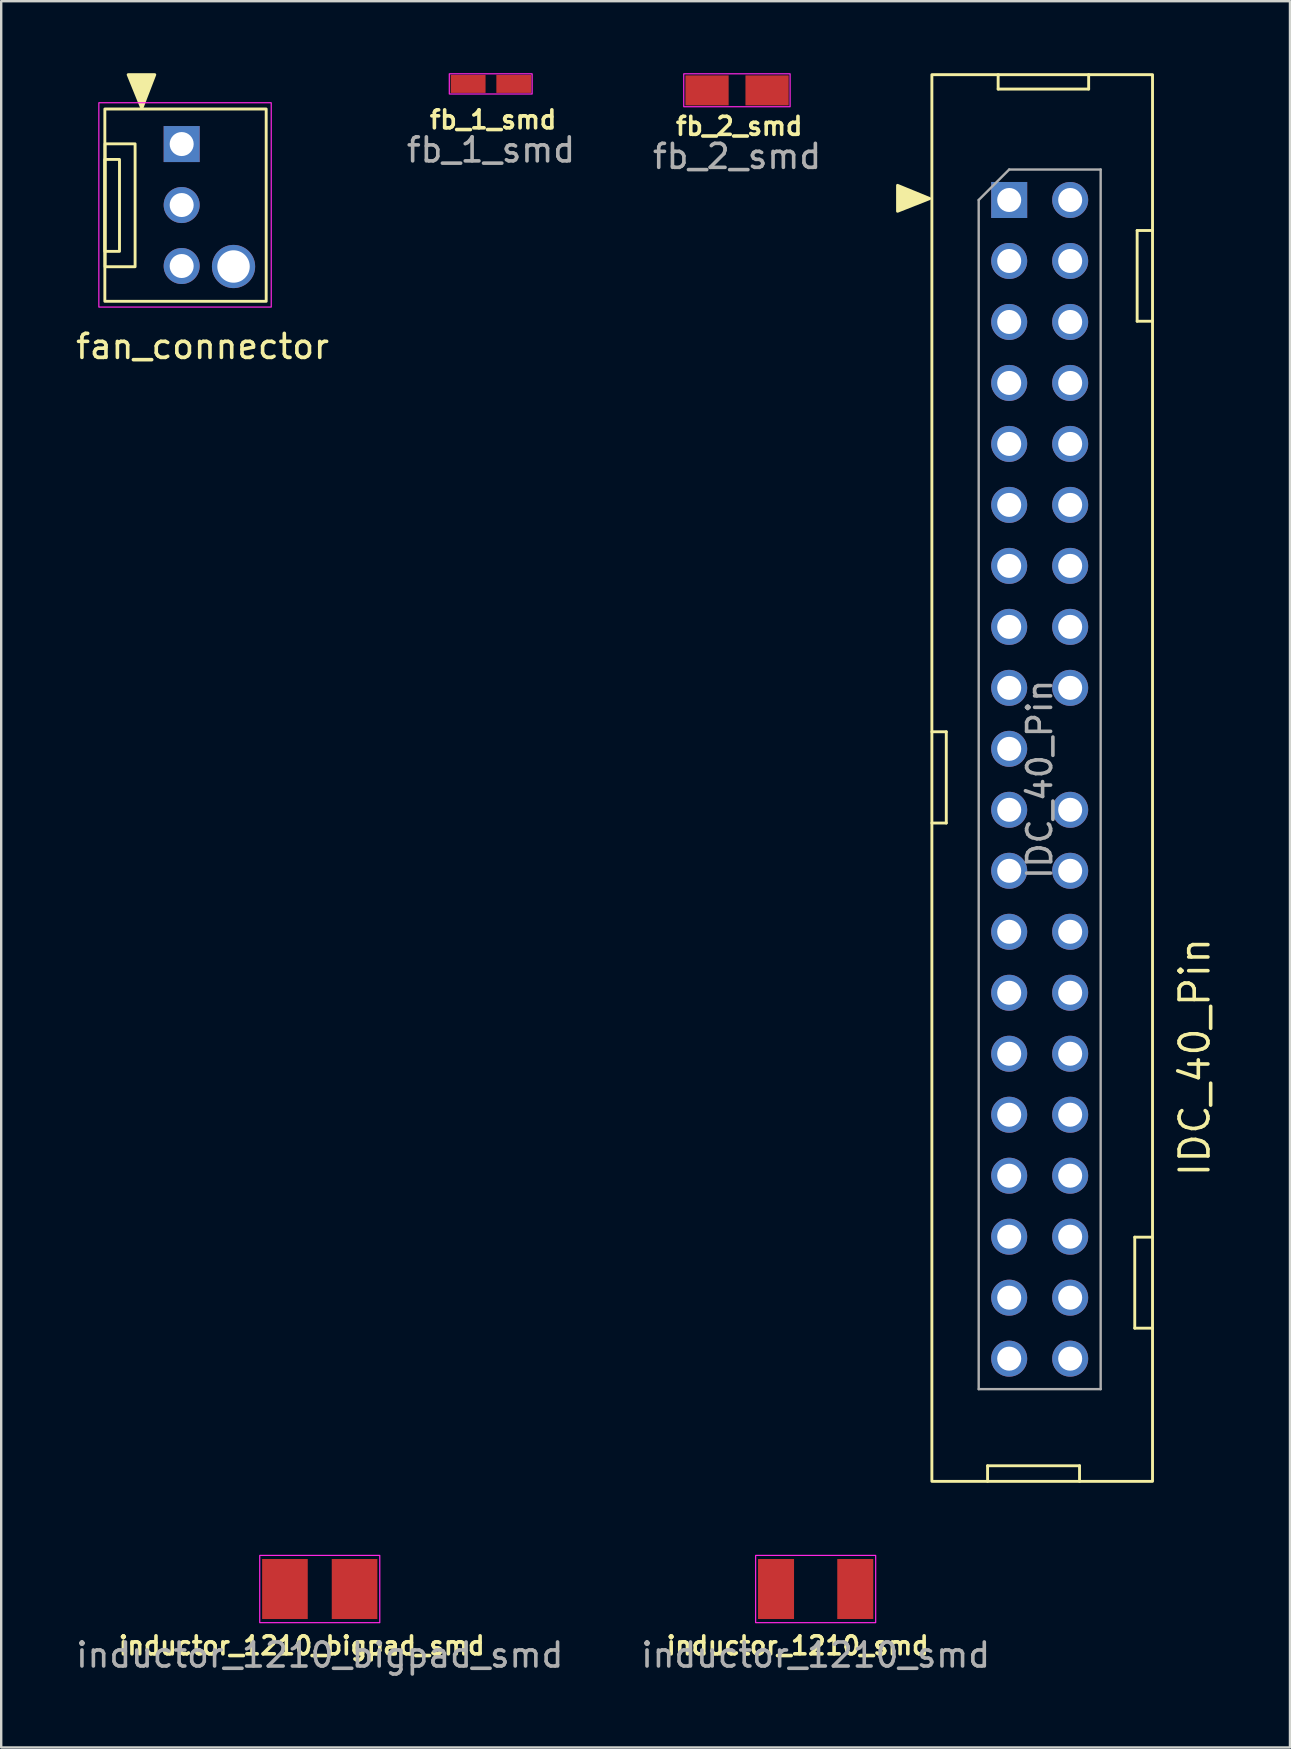
<source format=kicad_pcb>
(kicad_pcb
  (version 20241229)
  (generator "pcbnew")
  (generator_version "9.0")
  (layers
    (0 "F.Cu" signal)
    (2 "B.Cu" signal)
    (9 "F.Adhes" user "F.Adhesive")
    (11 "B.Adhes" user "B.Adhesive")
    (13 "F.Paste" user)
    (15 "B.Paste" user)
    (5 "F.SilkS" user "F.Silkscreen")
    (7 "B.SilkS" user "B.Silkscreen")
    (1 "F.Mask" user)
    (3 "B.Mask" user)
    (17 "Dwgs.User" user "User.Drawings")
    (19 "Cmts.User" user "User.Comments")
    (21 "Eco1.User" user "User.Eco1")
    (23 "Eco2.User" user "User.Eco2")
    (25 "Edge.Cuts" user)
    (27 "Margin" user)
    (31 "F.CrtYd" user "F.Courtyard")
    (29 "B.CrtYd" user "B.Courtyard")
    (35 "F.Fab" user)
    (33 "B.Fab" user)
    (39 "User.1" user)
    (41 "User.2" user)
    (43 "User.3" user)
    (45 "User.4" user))
  (footprint "fan_connector"
    (layer "F.Cu")
    (at 4.517 2.95)
    (property "Reference" "fan_connector" (at 0.87 8.43 0) (layer "F.SilkS") (effects (font (size 1 1) (thickness 0.15))))
    (attr through_hole)
    (fp_rect (start -3.2 -1.46) (end 3.52 6.55) (stroke (width 0.12) (type default)) (fill no) (layer "F.SilkS"))
    (fp_rect (start -3.2 0.64) (end -2.59 4.47) (stroke (width 0.12) (type default)) (fill no) (layer "F.SilkS"))
    (fp_rect (start -3.19 -0.01) (end -1.94 5.11) (stroke (width 0.12) (type default)) (fill no) (layer "F.SilkS"))
    (fp_poly (pts (xy -1.66 -1.49) (xy -2.23 -2.89) (xy -1.12 -2.89)) (stroke (width 0.12) (type solid)) (fill yes) (layer "F.SilkS"))
    (fp_rect (start -3.45 -1.72) (end 3.73 6.79) (stroke (width 0.05) (type default)) (fill no) (layer "F.CrtYd"))
    (pad "" np_thru_hole oval (at 2.16 5.1) (size 1.8 1.8) (drill 1.35) (layers "*.Cu" "*.Mask"))
    (pad "1" thru_hole rect (at 0 0) (size 1.5 1.5) (drill 1) (layers "*.Cu" "*.Mask"))
    (pad "2" thru_hole oval (at 0 2.54) (size 1.5 1.5) (drill 1) (layers "*.Cu" "*.Mask"))
    (pad "3" thru_hole oval (at 0 5.08) (size 1.5 1.5) (drill 1) (layers "*.Cu" "*.Mask")))
  (footprint "IDC_40_Pin"
    (layer "F.Cu")
    (at 38.984 5.28)
    (property "Reference" "IDC_40_Pin" (at 7.73 35.7 270) (layer "F.SilkS") (effects (font (size 1.2 1.2) (thickness 0.15))))
    (attr through_hole)
    (fp_line (start -3.22 22.15) (end -2.62 22.15) (stroke (width 0.12) (type default)) (layer "F.SilkS"))
    (fp_line (start -2.62 22.15) (end -2.62 25.95) (stroke (width 0.12) (type default)) (layer "F.SilkS"))
    (fp_line (start -2.62 25.95) (end -3.22 25.95) (stroke (width 0.12) (type default)) (layer "F.SilkS"))
    (fp_line (start -0.9 52.72) (end 2.93 52.72) (stroke (width 0.12) (type default)) (layer "F.SilkS"))
    (fp_line (start -0.9 53.37) (end -0.9 52.72) (stroke (width 0.12) (type default)) (layer "F.SilkS"))
    (fp_line (start -0.46 -5.22) (end -0.46 -4.62) (stroke (width 0.12) (type default)) (layer "F.SilkS"))
    (fp_line (start -0.46 -4.62) (end 3.31 -4.62) (stroke (width 0.12) (type default)) (layer "F.SilkS"))
    (fp_line (start 2.93 52.72) (end 2.93 53.37) (stroke (width 0.12) (type default)) (layer "F.SilkS"))
    (fp_line (start 3.31 -4.62) (end 3.31 -5.22) (stroke (width 0.12) (type default)) (layer "F.SilkS"))
    (fp_line (start 5.23 43.2) (end 5.23 46.99) (stroke (width 0.12) (type default)) (layer "F.SilkS"))
    (fp_line (start 5.23 46.99) (end 5.97 46.99) (stroke (width 0.12) (type default)) (layer "F.SilkS"))
    (fp_line (start 5.33 1.27) (end 5.33 5.05) (stroke (width 0.12) (type default)) (layer "F.SilkS"))
    (fp_line (start 5.33 5.05) (end 5.96 5.05) (stroke (width 0.12) (type default)) (layer "F.SilkS"))
    (fp_line (start 5.97 1.27) (end 5.33 1.27) (stroke (width 0.12) (type default)) (layer "F.SilkS"))
    (fp_line (start 5.97 43.2) (end 5.23 43.2) (stroke (width 0.12) (type default)) (layer "F.SilkS"))
    (fp_rect (start -3.22 -5.22) (end 5.97 53.37) (stroke (width 0.12) (type default)) (fill no) (layer "F.SilkS"))
    (fp_poly (pts (xy -4.65 -0.61) (xy -3.31 -0.06) (xy -4.65 0.47)) (stroke (width 0.12) (type solid)) (fill yes) (layer "F.SilkS"))
    (fp_line (start -1.27 0) (end 0 -1.27) (stroke (width 0.1) (type solid)) (layer "F.Fab"))
    (fp_line (start -1.27 49.53) (end -1.27 0) (stroke (width 0.1) (type solid)) (layer "F.Fab"))
    (fp_line (start 0 -1.27) (end 3.81 -1.27) (stroke (width 0.1) (type solid)) (layer "F.Fab"))
    (fp_line (start 3.81 -1.27) (end 3.81 49.53) (stroke (width 0.1) (type solid)) (layer "F.Fab"))
    (fp_line (start 3.81 49.53) (end -1.27 49.53) (stroke (width 0.1) (type solid)) (layer "F.Fab"))
    (fp_text user "${REFERENCE}" (at 1.27 24.13 90) (layer "F.Fab") (effects (font (size 1 1) (thickness 0.15))))
    (pad "1" thru_hole rect (at 0 0) (size 1.5 1.5) (drill 1) (layers "*.Cu" "*.Mask"))
    (pad "2" thru_hole oval (at 2.54 0) (size 1.5 1.5) (drill 1) (layers "*.Cu" "*.Mask"))
    (pad "3" thru_hole oval (at 0 2.54) (size 1.5 1.5) (drill 1) (layers "*.Cu" "*.Mask"))
    (pad "4" thru_hole oval (at 2.54 2.54) (size 1.5 1.5) (drill 1) (layers "*.Cu" "*.Mask"))
    (pad "5" thru_hole oval (at 0 5.08) (size 1.5 1.5) (drill 1) (layers "*.Cu" "*.Mask"))
    (pad "6" thru_hole oval (at 2.54 5.08) (size 1.5 1.5) (drill 1) (layers "*.Cu" "*.Mask"))
    (pad "7" thru_hole oval (at 0 7.62) (size 1.5 1.5) (drill 1) (layers "*.Cu" "*.Mask"))
    (pad "8" thru_hole oval (at 2.54 7.62) (size 1.5 1.5) (drill 1) (layers "*.Cu" "*.Mask"))
    (pad "9" thru_hole oval (at 0 10.16) (size 1.5 1.5) (drill 1) (layers "*.Cu" "*.Mask"))
    (pad "10" thru_hole oval (at 2.54 10.16) (size 1.5 1.5) (drill 1) (layers "*.Cu" "*.Mask"))
    (pad "11" thru_hole oval (at 0 12.7) (size 1.5 1.5) (drill 1) (layers "*.Cu" "*.Mask"))
    (pad "12" thru_hole oval (at 2.54 12.7) (size 1.5 1.5) (drill 1) (layers "*.Cu" "*.Mask"))
    (pad "13" thru_hole oval (at 0 15.24) (size 1.5 1.5) (drill 1) (layers "*.Cu" "*.Mask"))
    (pad "14" thru_hole oval (at 2.54 15.24) (size 1.5 1.5) (drill 1) (layers "*.Cu" "*.Mask"))
    (pad "15" thru_hole oval (at 0 17.78) (size 1.5 1.5) (drill 1) (layers "*.Cu" "*.Mask"))
    (pad "16" thru_hole oval (at 2.54 17.78) (size 1.5 1.5) (drill 1) (layers "*.Cu" "*.Mask"))
    (pad "17" thru_hole oval (at 0 20.32) (size 1.5 1.5) (drill 1) (layers "*.Cu" "*.Mask"))
    (pad "18" thru_hole oval (at 2.54 20.32) (size 1.5 1.5) (drill 1) (layers "*.Cu" "*.Mask"))
    (pad "19" thru_hole oval (at 0 22.86) (size 1.5 1.5) (drill 1) (layers "*.Cu" "*.Mask"))
    (pad "21" thru_hole oval (at 0 25.4) (size 1.5 1.5) (drill 1) (layers "*.Cu" "*.Mask"))
    (pad "22" thru_hole oval (at 2.54 25.4) (size 1.5 1.5) (drill 1) (layers "*.Cu" "*.Mask"))
    (pad "23" thru_hole oval (at 0 27.94) (size 1.5 1.5) (drill 1) (layers "*.Cu" "*.Mask"))
    (pad "24" thru_hole oval (at 2.54 27.94) (size 1.5 1.5) (drill 1) (layers "*.Cu" "*.Mask"))
    (pad "25" thru_hole oval (at 0 30.48) (size 1.5 1.5) (drill 1) (layers "*.Cu" "*.Mask"))
    (pad "26" thru_hole oval (at 2.54 30.48) (size 1.5 1.5) (drill 1) (layers "*.Cu" "*.Mask"))
    (pad "27" thru_hole oval (at 0 33.02) (size 1.5 1.5) (drill 1) (layers "*.Cu" "*.Mask"))
    (pad "28" thru_hole oval (at 2.54 33.02) (size 1.5 1.5) (drill 1) (layers "*.Cu" "*.Mask"))
    (pad "29" thru_hole oval (at 0 35.56) (size 1.5 1.5) (drill 1) (layers "*.Cu" "*.Mask"))
    (pad "30" thru_hole oval (at 2.54 35.56) (size 1.5 1.5) (drill 1) (layers "*.Cu" "*.Mask"))
    (pad "31" thru_hole oval (at 0 38.1) (size 1.5 1.5) (drill 1) (layers "*.Cu" "*.Mask"))
    (pad "32" thru_hole oval (at 2.54 38.1) (size 1.5 1.5) (drill 1) (layers "*.Cu" "*.Mask"))
    (pad "33" thru_hole oval (at 0 40.64) (size 1.5 1.5) (drill 1) (layers "*.Cu" "*.Mask"))
    (pad "34" thru_hole oval (at 2.54 40.64) (size 1.5 1.5) (drill 1) (layers "*.Cu" "*.Mask"))
    (pad "35" thru_hole oval (at 0 43.18) (size 1.5 1.5) (drill 1) (layers "*.Cu" "*.Mask"))
    (pad "36" thru_hole oval (at 2.54 43.18) (size 1.5 1.5) (drill 1) (layers "*.Cu" "*.Mask"))
    (pad "37" thru_hole oval (at 0 45.72) (size 1.5 1.5) (drill 1) (layers "*.Cu" "*.Mask"))
    (pad "38" thru_hole oval (at 2.54 45.72) (size 1.5 1.5) (drill 1) (layers "*.Cu" "*.Mask"))
    (pad "39" thru_hole oval (at 0 48.26) (size 1.5 1.5) (drill 1) (layers "*.Cu" "*.Mask"))
    (pad "40" thru_hole oval (at 2.54 48.26) (size 1.5 1.5) (drill 1) (layers "*.Cu" "*.Mask")))
  (footprint "fb_1_smd"
    (layer "F.Cu")
    (at 17.399 0.445)
    (property "Reference" "fb_1_smd" (at 0.09 1.49 0) (unlocked yes) (layer "F.SilkS") (effects (font (size 0.75 0.75) (thickness 0.15))))
    (attr smd)
    (fp_rect (start -1.735 -0.42) (end 1.715 0.42) (stroke (width 0.05) (type default)) (fill no) (layer "F.CrtYd"))
    (fp_text user "${REFERENCE}" (at 0 2.75 0) (unlocked yes) (layer "F.Fab") (effects (font (size 1 1) (thickness 0.15))))
    (pad "1" smd rect (at -0.95 0) (size 1.45 0.75) (layers "F.Cu" "F.Mask" "F.Paste"))
    (pad "2" smd rect (at 0.95 0) (size 1.45 0.75) (layers "F.Cu" "F.Mask" "F.Paste")))
  (footprint "fb_2_smd"
    (layer "F.Cu")
    (at 27.649 0.715)
    (property "Reference" "fb_2_smd" (at 0.09 1.49 0) (unlocked yes) (layer "F.SilkS") (effects (font (size 0.75 0.75) (thickness 0.15))))
    (attr smd)
    (fp_rect (start -2.22 -0.69) (end 2.21 0.68) (stroke (width 0.05) (type default)) (fill no) (layer "F.CrtYd"))
    (fp_text user "${REFERENCE}" (at 0 2.75 0) (unlocked yes) (layer "F.Fab") (effects (font (size 1 1) (thickness 0.15))))
    (pad "1" smd rect (at -1.25 0) (size 1.8 1.25) (layers "F.Cu" "F.Mask" "F.Paste"))
    (pad "2" smd rect (at 1.25 0) (size 1.8 1.25) (layers "F.Cu" "F.Mask" "F.Paste")))
  (footprint "inductor_1210_smd"
    (layer "F.Cu")
    (at 30.923 63.135)
    (property "Reference" "inductor_1210_smd" (at -0.75 2.36 0) (unlocked yes) (layer "F.SilkS") (effects (font (size 0.75 0.75) (thickness 0.15))))
    (attr smd)
    (fp_rect (start -2.5 -1.4) (end 2.5 1.4) (stroke (width 0.05) (type default)) (fill no) (layer "F.CrtYd"))
    (fp_text user "${REFERENCE}" (at 0 2.75 0) (unlocked yes) (layer "F.Fab") (effects (font (size 1 1) (thickness 0.15))))
    (pad "1" smd rect (at -1.65 0) (size 1.5 2.5) (layers "F.Cu" "F.Mask" "F.Paste"))
    (pad "2" smd rect (at 1.65 0) (size 1.5 2.5) (layers "F.Cu" "F.Mask" "F.Paste")))
  (footprint "inductor_1210_bigpad_smd"
    (layer "F.Cu")
    (at 10.268 63.135)
    (property "Reference" "inductor_1210_bigpad_smd" (at -0.75 2.36 0) (unlocked yes) (layer "F.SilkS") (effects (font (size 0.75 0.75) (thickness 0.15))))
    (attr smd)
    (fp_rect (start -2.5 -1.4) (end 2.5 1.4) (stroke (width 0.05) (type default)) (fill no) (layer "F.CrtYd"))
    (fp_text user "${REFERENCE}" (at 0 2.75 0) (unlocked yes) (layer "F.Fab") (effects (font (size 1 1) (thickness 0.15))))
    (pad "1" smd rect (at -1.45 0) (size 1.9 2.5) (layers "F.Cu" "F.Mask" "F.Paste"))
    (pad "2" smd rect (at 1.45 0) (size 1.9 2.5) (layers "F.Cu" "F.Mask" "F.Paste")))
  (gr_rect
    (start -3 -3)
    (end 50.679 69.733)
    (stroke (width 0.1) (type default))
    (fill no)
    (layer "Edge.Cuts")))
</source>
